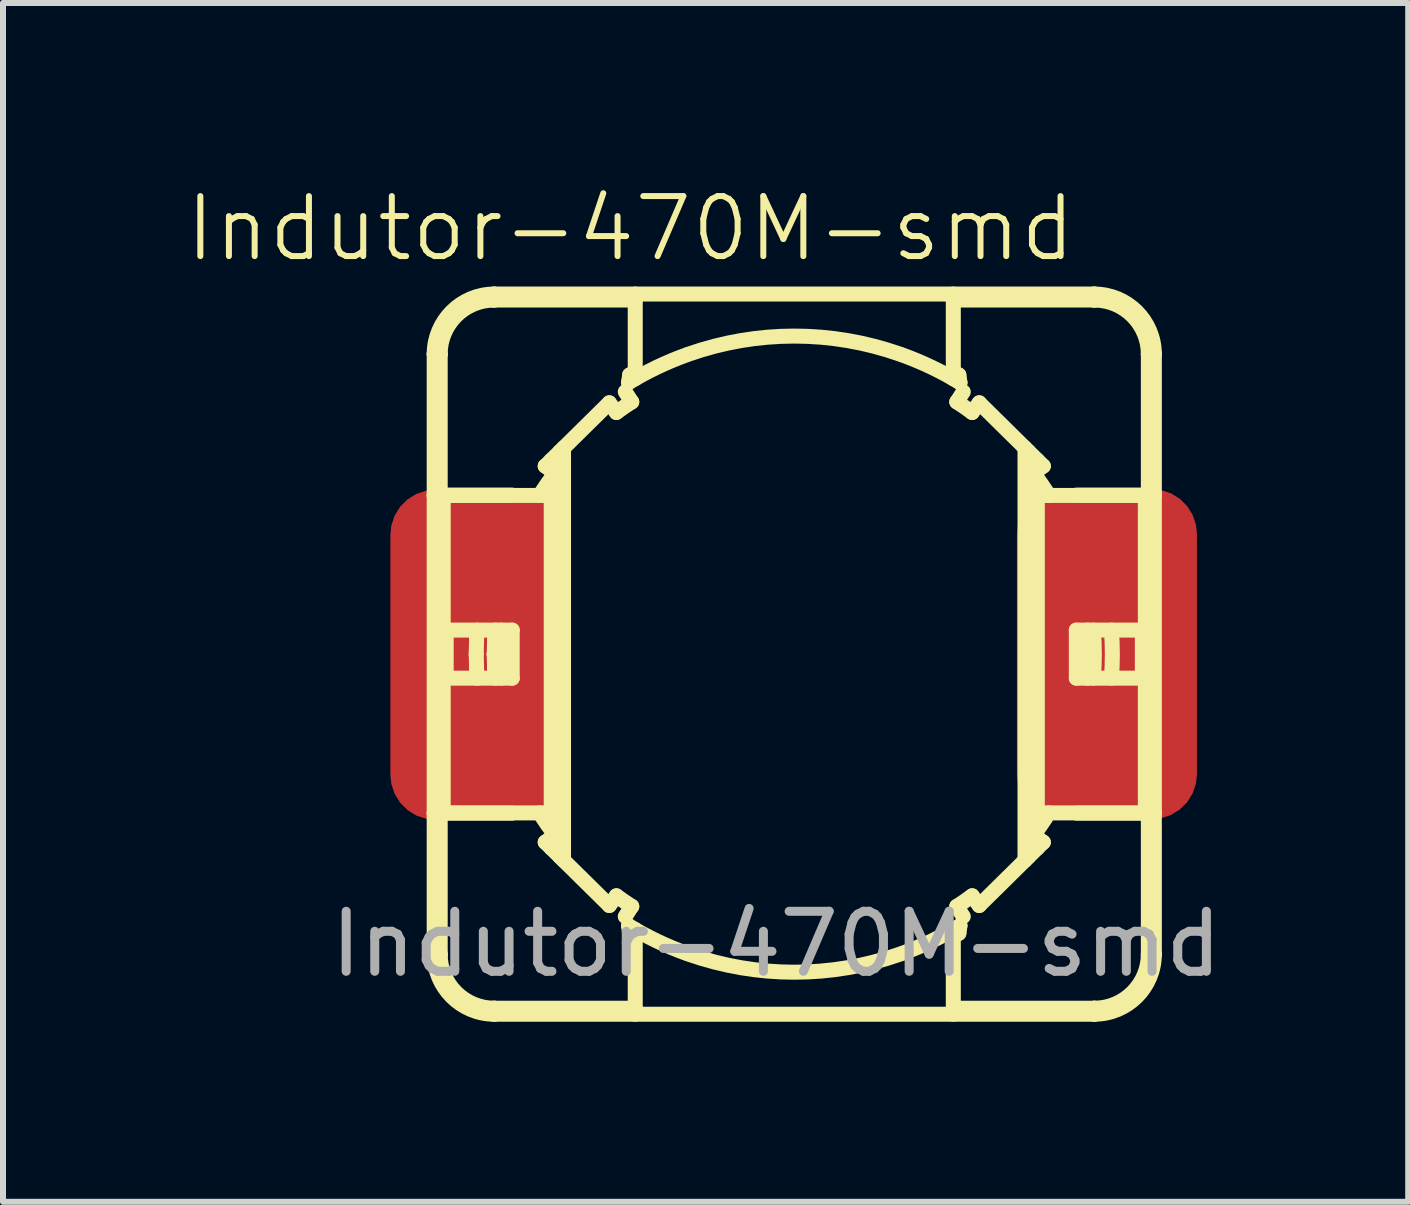
<source format=kicad_pcb>
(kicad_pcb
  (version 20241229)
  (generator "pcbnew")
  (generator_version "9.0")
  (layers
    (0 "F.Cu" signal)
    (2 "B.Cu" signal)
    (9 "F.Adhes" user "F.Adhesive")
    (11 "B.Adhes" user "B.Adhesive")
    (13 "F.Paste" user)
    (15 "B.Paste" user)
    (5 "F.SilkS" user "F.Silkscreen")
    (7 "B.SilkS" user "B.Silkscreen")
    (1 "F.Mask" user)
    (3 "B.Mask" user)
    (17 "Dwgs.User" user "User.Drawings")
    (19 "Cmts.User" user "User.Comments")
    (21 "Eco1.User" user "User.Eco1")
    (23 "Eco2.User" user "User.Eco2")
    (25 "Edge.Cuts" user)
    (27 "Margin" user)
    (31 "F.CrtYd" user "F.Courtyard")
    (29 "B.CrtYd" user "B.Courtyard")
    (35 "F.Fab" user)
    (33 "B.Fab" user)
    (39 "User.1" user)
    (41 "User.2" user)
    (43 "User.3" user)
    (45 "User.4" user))
  (footprint "Indutor-470M-smd"
    (layer "F.Cu")
    (at 7.455 1.26)
    (property "Reference" "Indutor-470M-smd" (at 0 -0.5 0) (unlocked yes) (layer "F.SilkS") (effects (font (size 1 1) (thickness 0.1))))
    (attr smd)
    (fp_line (start -3.27 1.59) (end -3.27 11.59) (stroke (width 0.25) (type solid)) (layer "F.SilkS"))
    (fp_line (start -3.27 1.59) (end -3.17 1.59) (stroke (width 0.25) (type solid)) (layer "F.SilkS"))
    (fp_line (start -3.27 3.94) (end -1.975 3.94) (stroke (width 0.25) (type solid)) (layer "F.SilkS"))
    (fp_line (start -3.27 3.945) (end -1.26 3.945) (stroke (width 0.25) (type solid)) (layer "F.SilkS"))
    (fp_line (start -3.27 9.235) (end -1.26 9.235) (stroke (width 0.25) (type solid)) (layer "F.SilkS"))
    (fp_line (start -3.27 9.24) (end -1.975 9.24) (stroke (width 0.25) (type solid)) (layer "F.SilkS"))
    (fp_line (start -3.27 11.59) (end -3.17 11.59) (stroke (width 0.25) (type solid)) (layer "F.SilkS"))
    (fp_line (start -3.17 1.59) (end -3.17 3.94) (stroke (width 0.25) (type solid)) (layer "F.SilkS"))
    (fp_line (start -3.17 9.24) (end -3.17 11.59) (stroke (width 0.25) (type solid)) (layer "F.SilkS"))
    (fp_line (start -3.12 3.945) (end -3.12 9.235) (stroke (width 0.25) (type solid)) (layer "F.SilkS"))
    (fp_line (start -3.07 6.19) (end -3.07 6.99) (stroke (width 0.25) (type solid)) (layer "F.SilkS"))
    (fp_line (start -3.07 6.99) (end -1.97 6.99) (stroke (width 0.25) (type solid)) (layer "F.SilkS"))
    (fp_line (start -2.57 6.59) (end -2.563 6.313) (stroke (width 0.25) (type solid)) (layer "F.SilkS"))
    (fp_line (start -2.563 6.313) (end -2.555 6.19) (stroke (width 0.25) (type solid)) (layer "F.SilkS"))
    (fp_line (start -2.563 6.867) (end -2.57 6.59) (stroke (width 0.25) (type solid)) (layer "F.SilkS"))
    (fp_line (start -2.555 6.99) (end -2.563 6.867) (stroke (width 0.25) (type solid)) (layer "F.SilkS"))
    (fp_line (start -2.27 0.59) (end -2.27 0.69) (stroke (width 0.25) (type solid)) (layer "F.SilkS"))
    (fp_line (start -2.27 6.59) (end -2.263 6.847) (stroke (width 0.25) (type solid)) (layer "F.SilkS"))
    (fp_line (start -2.27 6.59) (end -2.17 6.59) (stroke (width 0.25) (type solid)) (layer "F.SilkS"))
    (fp_line (start -2.27 12.49) (end 0.08 12.49) (stroke (width 0.25) (type solid)) (layer "F.SilkS"))
    (fp_line (start -2.27 12.59) (end -2.27 12.49) (stroke (width 0.25) (type solid)) (layer "F.SilkS"))
    (fp_line (start -2.27 12.59) (end 7.73 12.59) (stroke (width 0.25) (type solid)) (layer "F.SilkS"))
    (fp_line (start -2.263 6.333) (end -2.27 6.59) (stroke (width 0.25) (type solid)) (layer "F.SilkS"))
    (fp_line (start -2.263 6.847) (end -2.254 6.99) (stroke (width 0.25) (type solid)) (layer "F.SilkS"))
    (fp_line (start -2.254 6.19) (end -2.263 6.333) (stroke (width 0.25) (type solid)) (layer "F.SilkS"))
    (fp_line (start -2.17 6.59) (end -2.163 6.844) (stroke (width 0.25) (type solid)) (layer "F.SilkS"))
    (fp_line (start -2.163 6.336) (end -2.17 6.59) (stroke (width 0.25) (type solid)) (layer "F.SilkS"))
    (fp_line (start -2.163 6.844) (end -2.154 6.99) (stroke (width 0.25) (type solid)) (layer "F.SilkS"))
    (fp_line (start -2.154 6.19) (end -2.163 6.336) (stroke (width 0.25) (type solid)) (layer "F.SilkS"))
    (fp_line (start -1.97 6.19) (end -3.07 6.19) (stroke (width 0.25) (type solid)) (layer "F.SilkS"))
    (fp_line (start -1.97 6.99) (end -1.97 6.19) (stroke (width 0.25) (type solid)) (layer "F.SilkS"))
    (fp_line (start -1.42 9.724) (end -1.26 9.603) (stroke (width 0.25) (type solid)) (layer "F.SilkS"))
    (fp_line (start -1.42 9.724) (end -0.352 10.778) (stroke (width 0.25) (type solid)) (layer "F.SilkS"))
    (fp_line (start -1.395 9.235) (end -1.392 9.239) (stroke (width 0.25) (type solid)) (layer "F.SilkS"))
    (fp_line (start -1.392 3.941) (end -1.395 3.945) (stroke (width 0.25) (type solid)) (layer "F.SilkS"))
    (fp_line (start -1.392 9.239) (end -1.26 9.434) (stroke (width 0.25) (type solid)) (layer "F.SilkS"))
    (fp_line (start -1.32 3.358) (end -1.32 3.531) (stroke (width 0.25) (type solid)) (layer "F.SilkS"))
    (fp_line (start -1.32 3.945) (end -1.32 9.235) (stroke (width 0.25) (type solid)) (layer "F.SilkS"))
    (fp_line (start -1.32 9.649) (end -1.32 9.822) (stroke (width 0.25) (type solid)) (layer "F.SilkS"))
    (fp_line (start -1.26 3.577) (end -1.42 3.456) (stroke (width 0.25) (type solid)) (layer "F.SilkS"))
    (fp_line (start -1.26 3.746) (end -1.392 3.941) (stroke (width 0.25) (type solid)) (layer "F.SilkS"))
    (fp_line (start -1.26 3.945) (end -1.26 3.577) (stroke (width 0.25) (type solid)) (layer "F.SilkS"))
    (fp_line (start -1.26 9.603) (end -1.26 9.235) (stroke (width 0.25) (type solid)) (layer "F.SilkS"))
    (fp_line (start -1.17 3.21) (end -1.17 9.97) (stroke (width 0.25) (type solid)) (layer "F.SilkS"))
    (fp_line (start -1.115 3.155) (end -1.115 10.025) (stroke (width 0.25) (type solid)) (layer "F.SilkS"))
    (fp_line (start -0.352 2.402) (end -1.42 3.456) (stroke (width 0.25) (type solid)) (layer "F.SilkS"))
    (fp_line (start -0.352 10.778) (end -0.234 10.617) (stroke (width 0.25) (type solid)) (layer "F.SilkS"))
    (fp_line (start -0.234 2.563) (end -0.352 2.402) (stroke (width 0.25) (type solid)) (layer "F.SilkS"))
    (fp_line (start -0.086 2.219) (end 0.022 2.387) (stroke (width 0.25) (type solid)) (layer "F.SilkS"))
    (fp_line (start 0.022 10.793) (end -0.086 10.961) (stroke (width 0.25) (type solid)) (layer "F.SilkS"))
    (fp_line (start 0.08 0.69) (end -2.27 0.69) (stroke (width 0.25) (type solid)) (layer "F.SilkS"))
    (fp_line (start 0.08 1.885) (end 0.08 0.59) (stroke (width 0.25) (type solid)) (layer "F.SilkS"))
    (fp_line (start 0.08 12.59) (end 0.08 11.295) (stroke (width 0.25) (type solid)) (layer "F.SilkS"))
    (fp_line (start 5.38 1.885) (end 5.38 0.59) (stroke (width 0.25) (type solid)) (layer "F.SilkS"))
    (fp_line (start 5.38 12.49) (end 7.73 12.49) (stroke (width 0.25) (type solid)) (layer "F.SilkS"))
    (fp_line (start 5.38 12.59) (end 5.38 11.295) (stroke (width 0.25) (type solid)) (layer "F.SilkS"))
    (fp_line (start 5.438 10.793) (end 5.546 10.961) (stroke (width 0.25) (type solid)) (layer "F.SilkS"))
    (fp_line (start 5.546 2.219) (end 5.438 2.387) (stroke (width 0.25) (type solid)) (layer "F.SilkS"))
    (fp_line (start 5.694 2.563) (end 5.812 2.402) (stroke (width 0.25) (type solid)) (layer "F.SilkS"))
    (fp_line (start 5.812 2.402) (end 6.88 3.456) (stroke (width 0.25) (type solid)) (layer "F.SilkS"))
    (fp_line (start 5.812 10.778) (end 5.694 10.617) (stroke (width 0.25) (type solid)) (layer "F.SilkS"))
    (fp_line (start 6.575 3.155) (end 6.575 10.025) (stroke (width 0.25) (type solid)) (layer "F.SilkS"))
    (fp_line (start 6.63 3.21) (end 6.63 9.97) (stroke (width 0.25) (type solid)) (layer "F.SilkS"))
    (fp_line (start 6.72 3.577) (end 6.88 3.456) (stroke (width 0.25) (type solid)) (layer "F.SilkS"))
    (fp_line (start 6.72 3.945) (end 6.72 3.577) (stroke (width 0.25) (type solid)) (layer "F.SilkS"))
    (fp_line (start 6.72 9.434) (end 6.782 9.345) (stroke (width 0.25) (type solid)) (layer "F.SilkS"))
    (fp_line (start 6.72 9.603) (end 6.72 9.235) (stroke (width 0.25) (type solid)) (layer "F.SilkS"))
    (fp_line (start 6.78 3.358) (end 6.78 3.531) (stroke (width 0.25) (type solid)) (layer "F.SilkS"))
    (fp_line (start 6.78 3.945) (end 6.78 9.235) (stroke (width 0.25) (type solid)) (layer "F.SilkS"))
    (fp_line (start 6.78 9.649) (end 6.78 9.822) (stroke (width 0.25) (type solid)) (layer "F.SilkS"))
    (fp_line (start 6.782 3.835) (end 6.72 3.746) (stroke (width 0.25) (type solid)) (layer "F.SilkS"))
    (fp_line (start 6.782 9.345) (end 6.855 9.235) (stroke (width 0.25) (type solid)) (layer "F.SilkS"))
    (fp_line (start 6.855 3.945) (end 6.782 3.835) (stroke (width 0.25) (type solid)) (layer "F.SilkS"))
    (fp_line (start 6.88 9.724) (end 5.812 10.778) (stroke (width 0.25) (type solid)) (layer "F.SilkS"))
    (fp_line (start 6.88 9.724) (end 6.72 9.603) (stroke (width 0.25) (type solid)) (layer "F.SilkS"))
    (fp_line (start 7.43 6.19) (end 8.53 6.19) (stroke (width 0.25) (type solid)) (layer "F.SilkS"))
    (fp_line (start 7.43 6.99) (end 7.43 6.19) (stroke (width 0.25) (type solid)) (layer "F.SilkS"))
    (fp_line (start 7.435 3.94) (end 8.73 3.94) (stroke (width 0.25) (type solid)) (layer "F.SilkS"))
    (fp_line (start 7.435 9.24) (end 8.73 9.24) (stroke (width 0.25) (type solid)) (layer "F.SilkS"))
    (fp_line (start 7.73 0.59) (end -2.27 0.59) (stroke (width 0.25) (type solid)) (layer "F.SilkS"))
    (fp_line (start 7.73 0.59) (end 7.73 0.69) (stroke (width 0.25) (type solid)) (layer "F.SilkS"))
    (fp_line (start 7.73 0.69) (end 5.38 0.69) (stroke (width 0.25) (type solid)) (layer "F.SilkS"))
    (fp_line (start 7.73 12.59) (end 7.73 12.49) (stroke (width 0.25) (type solid)) (layer "F.SilkS"))
    (fp_line (start 8.53 6.19) (end 8.53 6.99) (stroke (width 0.25) (type solid)) (layer "F.SilkS"))
    (fp_line (start 8.53 6.99) (end 7.43 6.99) (stroke (width 0.25) (type solid)) (layer "F.SilkS"))
    (fp_line (start 8.58 3.945) (end 8.58 9.235) (stroke (width 0.25) (type solid)) (layer "F.SilkS"))
    (fp_line (start 8.63 3.94) (end 8.63 1.59) (stroke (width 0.25) (type solid)) (layer "F.SilkS"))
    (fp_line (start 8.63 11.59) (end 8.63 9.24) (stroke (width 0.25) (type solid)) (layer "F.SilkS"))
    (fp_line (start 8.73 1.59) (end 8.63 1.59) (stroke (width 0.25) (type solid)) (layer "F.SilkS"))
    (fp_line (start 8.73 1.59) (end 8.73 11.59) (stroke (width 0.25) (type solid)) (layer "F.SilkS"))
    (fp_line (start 8.73 3.945) (end 6.72 3.945) (stroke (width 0.25) (type solid)) (layer "F.SilkS"))
    (fp_line (start 8.73 9.235) (end 6.72 9.235) (stroke (width 0.25) (type solid)) (layer "F.SilkS"))
    (fp_line (start 8.73 11.59) (end 8.63 11.59) (stroke (width 0.25) (type solid)) (layer "F.SilkS"))
    (fp_arc (start -3.27 1.59) (mid -2.977107 0.882893) (end -2.27 0.59) (stroke (width 0.25) (type solid)) (layer "F.SilkS"))
    (fp_arc (start -3.17 1.59) (mid -2.906396 0.953604) (end -2.27 0.69) (stroke (width 0.25) (type solid)) (layer "F.SilkS"))
    (fp_arc (start -2.27 12.49) (mid -2.906396 12.226396) (end -3.17 11.59) (stroke (width 0.25) (type solid)) (layer "F.SilkS"))
    (fp_arc (start -2.27 12.59) (mid -2.977107 12.297107) (end -3.27 11.59) (stroke (width 0.25) (type solid)) (layer "F.SilkS"))
    (fp_arc (start -1.513109 3.945) (mid -1.390671 3.758027) (end -1.26 3.576713) (stroke (width 0.25) (type solid)) (layer "F.SilkS"))
    (fp_arc (start -1.26 9.603287) (mid -1.390671 9.421973) (end -1.513109 9.235) (stroke (width 0.25) (type solid)) (layer "F.SilkS"))
    (fp_arc (start -0.233867 2.563153) (mid -0.107164 2.472901) (end 0.022285 2.386635) (stroke (width 0.25) (type solid)) (layer "F.SilkS"))
    (fp_arc (start -0.031497 2.06627) (mid 0.437621 1.811402) (end 0.93 1.605023) (stroke (width 0.25) (type solid)) (layer "F.SilkS"))
    (fp_arc (start -0.012688 1.93837) (mid 0.033524 1.91143) (end 0.08 1.88495) (stroke (width 0.25) (type solid)) (layer "F.SilkS"))
    (fp_arc (start 0.022285 10.793365) (mid -0.107164 10.707099) (end -0.233867 10.616847) (stroke (width 0.25) (type solid)) (layer "F.SilkS"))
    (fp_arc (start 0.08 11.29505) (mid 0.033524 11.26857) (end -0.012688 11.24163) (stroke (width 0.25) (type solid)) (layer "F.SilkS"))
    (fp_arc (start 0.93 11.574977) (mid 0.437621 11.368598) (end -0.031497 11.11373) (stroke (width 0.25) (type solid)) (layer "F.SilkS"))
    (fp_arc (start 0.97216 1.59) (mid 2.73 1.29) (end 4.48784 1.59) (stroke (width 0.25) (type solid)) (layer "F.SilkS"))
    (fp_arc (start 4.48784 11.59) (mid 2.73 11.89) (end 0.97216 11.59) (stroke (width 0.25) (type solid)) (layer "F.SilkS"))
    (fp_arc (start 4.53 1.605023) (mid 5.022377 1.811406) (end 5.491497 2.06627) (stroke (width 0.25) (type solid)) (layer "F.SilkS"))
    (fp_arc (start 5.38 1.88495) (mid 5.426476 1.91143) (end 5.472688 1.93837) (stroke (width 0.25) (type solid)) (layer "F.SilkS"))
    (fp_arc (start 5.437715 2.386635) (mid 5.567164 2.472901) (end 5.693867 2.563153) (stroke (width 0.25) (type solid)) (layer "F.SilkS"))
    (fp_arc (start 5.472688 11.24163) (mid 5.426476 11.26857) (end 5.38 11.29505) (stroke (width 0.25) (type solid)) (layer "F.SilkS"))
    (fp_arc (start 5.491497 11.11373) (mid 5.022381 11.368602) (end 4.53 11.574977) (stroke (width 0.25) (type solid)) (layer "F.SilkS"))
    (fp_arc (start 5.693867 10.616847) (mid 5.567164 10.707099) (end 5.437715 10.793365) (stroke (width 0.25) (type solid)) (layer "F.SilkS"))
    (fp_arc (start 6.72 3.576713) (mid 6.85067 3.758028) (end 6.973109 3.945) (stroke (width 0.25) (type solid)) (layer "F.SilkS"))
    (fp_arc (start 6.973109 9.235) (mid 6.850672 9.421973) (end 6.72 9.603287) (stroke (width 0.25) (type solid)) (layer "F.SilkS"))
    (fp_arc (start 7.613646 6.19) (mid 7.63 6.59) (end 7.613646 6.99) (stroke (width 0.25) (type solid)) (layer "F.SilkS"))
    (fp_arc (start 7.713974 6.19) (mid 7.73 6.59) (end 7.713974 6.99) (stroke (width 0.25) (type solid)) (layer "F.SilkS"))
    (fp_arc (start 7.73 0.59) (mid 8.437107 0.882893) (end 8.73 1.59) (stroke (width 0.25) (type solid)) (layer "F.SilkS"))
    (fp_arc (start 7.73 0.69) (mid 8.366396 0.953604) (end 8.63 1.59) (stroke (width 0.25) (type solid)) (layer "F.SilkS"))
    (fp_arc (start 8.014884 6.19) (mid 8.03 6.59) (end 8.014884 6.99) (stroke (width 0.25) (type solid)) (layer "F.SilkS"))
    (fp_arc (start 8.63 11.59) (mid 8.366396 12.226396) (end 7.73 12.49) (stroke (width 0.25) (type solid)) (layer "F.SilkS"))
    (fp_arc (start 8.73 11.59) (mid 8.437107 12.297107) (end 7.73 12.59) (stroke (width 0.25) (type solid)) (layer "F.SilkS"))
    (fp_curve (pts (xy -0.013 1.938) (xy -0.019 1.982) (xy -0.025 2.025) (xy -0.031 2.066)) (stroke (width 0.25) (type solid)) (layer "F.SilkS"))
    (fp_curve (pts (xy -0.013 11.242) (xy -0.019 11.198) (xy -0.025 11.155) (xy -0.031 11.114)) (stroke (width 0.25) (type solid)) (layer "F.SilkS"))
    (fp_curve (pts (xy 0.08 2) (xy 0.08 1.962) (xy 0.08 1.923) (xy 0.08 1.885)) (stroke (width 0.25) (type solid)) (layer "F.SilkS"))
    (fp_curve (pts (xy 0.08 11.295) (xy 0.08 11.257) (xy 0.08 11.218) (xy 0.08 11.18)) (stroke (width 0.25) (type solid)) (layer "F.SilkS"))
    (fp_curve (pts (xy 5.38 1.885) (xy 5.38 1.923) (xy 5.38 1.962) (xy 5.38 2)) (stroke (width 0.25) (type solid)) (layer "F.SilkS"))
    (fp_curve (pts (xy 5.38 11.18) (xy 5.38 11.218) (xy 5.38 11.257) (xy 5.38 11.295)) (stroke (width 0.25) (type solid)) (layer "F.SilkS"))
    (fp_curve (pts (xy 5.473 1.938) (xy 5.479 1.982) (xy 5.485 2.025) (xy 5.491 2.066)) (stroke (width 0.25) (type solid)) (layer "F.SilkS"))
    (fp_curve (pts (xy 5.473 11.242) (xy 5.479 11.198) (xy 5.485 11.155) (xy 5.491 11.114)) (stroke (width 0.25) (type solid)) (layer "F.SilkS"))
    (fp_text user "${REFERENCE}" (at 2.43 11.42 0) (unlocked yes) (layer "F.Fab") (effects (font (size 1 1) (thickness 0.15))))
    (pad "1" smd roundrect (at -2.5 6.6) (size 3 5.5) (layers "F.Cu" "F.Mask" "F.Paste") (roundrect_rratio 0.25))
    (pad "2" smd roundrect (at 7.94 6.59) (size 3 5.5) (layers "F.Cu" "F.Mask" "F.Paste") (roundrect_rratio 0.25)))
  (gr_rect
    (start -3 -3)
    (end 20.415 16.976)
    (stroke (width 0.1) (type default))
    (fill no)
    (layer "Edge.Cuts")))
</source>
